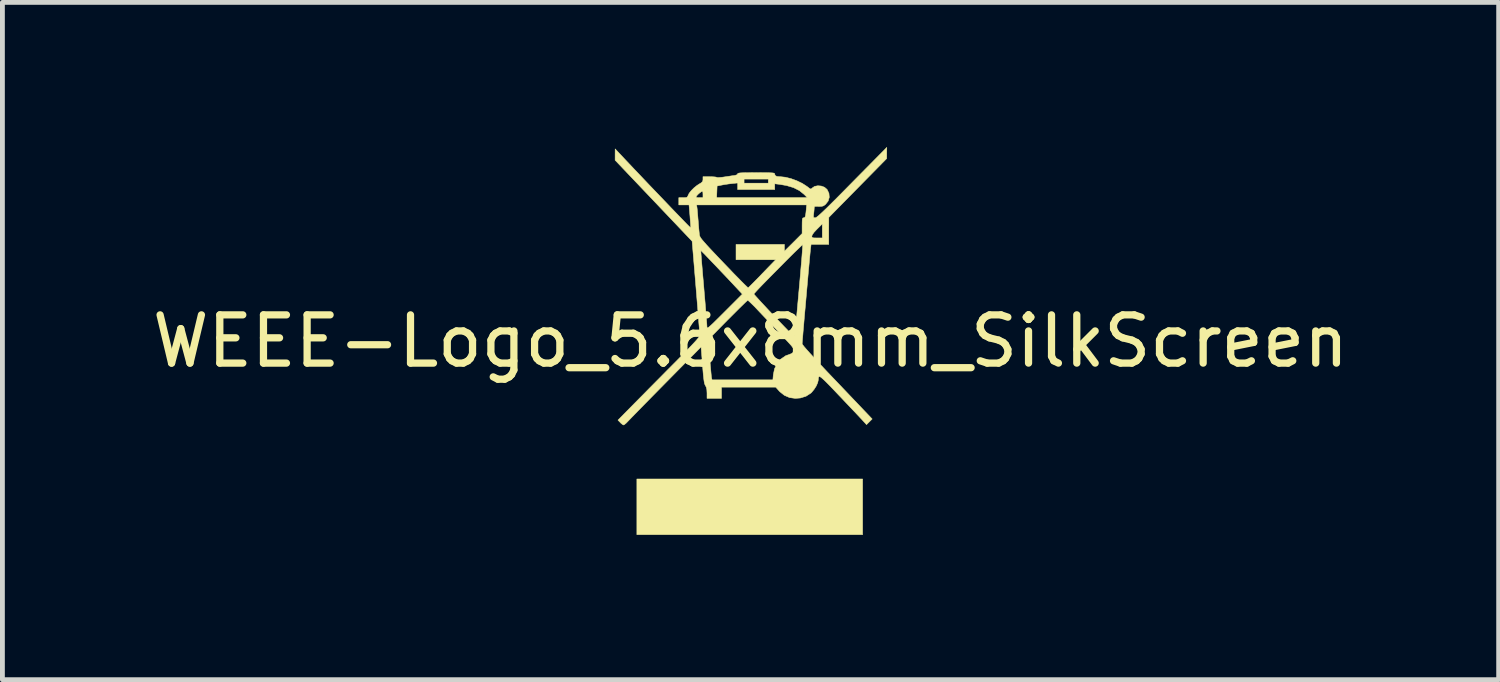
<source format=kicad_pcb>
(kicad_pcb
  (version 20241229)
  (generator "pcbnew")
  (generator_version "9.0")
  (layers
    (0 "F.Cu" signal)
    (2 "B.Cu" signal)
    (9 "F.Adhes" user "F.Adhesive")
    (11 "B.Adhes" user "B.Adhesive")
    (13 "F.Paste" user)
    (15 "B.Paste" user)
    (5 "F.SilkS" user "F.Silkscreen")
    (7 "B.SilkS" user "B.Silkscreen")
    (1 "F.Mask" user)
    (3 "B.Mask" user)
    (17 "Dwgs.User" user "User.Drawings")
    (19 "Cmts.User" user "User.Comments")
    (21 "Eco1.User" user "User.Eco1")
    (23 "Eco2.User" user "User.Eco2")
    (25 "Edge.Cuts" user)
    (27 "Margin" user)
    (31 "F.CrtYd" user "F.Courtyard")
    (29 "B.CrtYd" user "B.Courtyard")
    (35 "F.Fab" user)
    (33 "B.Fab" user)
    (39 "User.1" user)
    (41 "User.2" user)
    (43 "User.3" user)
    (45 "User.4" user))
  (footprint "WEEE-Logo_5.6x8mm_SilkScreen"
    (layer "F.Cu")
    (at 12.506 4.021)
    (property "Reference" "WEEE-Logo_5.6x8mm_SilkScreen" (at 0 0 0) (layer "F.SilkS") (effects (font (size 1 1) (thickness 0.15))))
    (attr exclude_from_pos_files exclude_from_bom allow_missing_courtyard)
    (fp_poly (pts (xy 2.323 4.011) (xy -2.356 4.011) (xy -2.356 2.857) (xy 2.323 2.857) (xy 2.323 4.011)) (stroke (width 0.01) (type solid)) (fill yes) (layer "F.SilkS"))
    (fp_poly (pts (xy 2.823 -3.901) (xy 2.822 -3.785) (xy 2.222 -3.175) (xy 1.622 -2.565) (xy 1.621 -2.285) (xy 1.621 -2.005) (xy 1.255 -2.005) (xy 1.246 -1.934) (xy 1.242 -1.902) (xy 1.236 -1.841) (xy 1.228 -1.755) (xy 1.218 -1.648) (xy 1.207 -1.523) (xy 1.194 -1.384) (xy 1.181 -1.235) (xy 1.167 -1.078) (xy 1.153 -0.919) (xy 1.139 -0.76) (xy 1.125 -0.606) (xy 1.112 -0.459) (xy 1.101 -0.324) (xy 1.09 -0.203) (xy 1.082 -0.101) (xy 1.075 -0.022) (xy 1.071 0.031) (xy 1.07 0.055) (xy 1.07 0.055) (xy 1.08 0.074) (xy 1.111 0.114) (xy 1.163 0.174) (xy 1.236 0.256) (xy 1.331 0.359) (xy 1.448 0.485) (xy 1.587 0.633) (xy 1.75 0.804) (xy 1.796 0.852) (xy 2.521 1.613) (xy 2.463 1.671) (xy 2.404 1.73) (xy 2.309 1.626) (xy 2.274 1.589) (xy 2.22 1.531) (xy 2.15 1.457) (xy 2.067 1.37) (xy 1.976 1.274) (xy 1.88 1.172) (xy 1.822 1.112) (xy 1.714 0.998) (xy 1.626 0.907) (xy 1.557 0.837) (xy 1.504 0.787) (xy 1.466 0.754) (xy 1.439 0.736) (xy 1.421 0.734) (xy 1.412 0.744) (xy 1.407 0.764) (xy 1.405 0.795) (xy 1.405 0.803) (xy 1.392 0.86) (xy 1.362 0.929) (xy 1.318 0.998) (xy 1.269 1.058) (xy 1.25 1.077) (xy 1.149 1.142) (xy 1.032 1.178) (xy 0.928 1.186) (xy 0.81 1.17) (xy 0.701 1.123) (xy 0.605 1.046) (xy 0.587 1.026) (xy 0.522 0.953) (xy -0.602 0.953) (xy -0.602 1.186) (xy -0.902 1.186) (xy -0.902 1.077) (xy -0.906 1.003) (xy -0.919 0.951) (xy -0.934 0.923) (xy -0.945 0.902) (xy -0.955 0.873) (xy -0.963 0.831) (xy -0.971 0.77) (xy -0.98 0.688) (xy -0.989 0.579) (xy -0.995 0.498) (xy -1.025 0.119) (xy -1.746 0.849) (xy -1.876 0.981) (xy -2.001 1.108) (xy -2.119 1.228) (xy -2.227 1.338) (xy -2.322 1.435) (xy -2.404 1.519) (xy -2.468 1.585) (xy -2.514 1.633) (xy -2.539 1.659) (xy -2.579 1.7) (xy -2.613 1.728) (xy -2.631 1.738) (xy -2.654 1.727) (xy -2.688 1.699) (xy -2.699 1.687) (xy -2.748 1.637) (xy -2.481 1.366) (xy -2.413 1.297) (xy -2.325 1.208) (xy -2.221 1.103) (xy -2.106 0.986) (xy -1.982 0.861) (xy -1.854 0.732) (xy -1.726 0.602) (xy -1.633 0.509) (xy -1.493 0.368) (xy -1.376 0.248) (xy -1.279 0.148) (xy -1.201 0.066) (xy -1.142 0.002) (xy -1.112 -0.032) (xy -0.875 -0.032) (xy -0.846 0.348) (xy -0.837 0.459) (xy -0.828 0.56) (xy -0.82 0.647) (xy -0.814 0.714) (xy -0.809 0.755) (xy -0.807 0.765) (xy -0.798 0.802) (xy 0.463 0.802) (xy 0.472 0.697) (xy 0.497 0.573) (xy 0.55 0.464) (xy 0.628 0.372) (xy 0.727 0.303) (xy 0.838 0.262) (xy 0.874 0.242) (xy 0.892 0.2) (xy 0.892 0.199) (xy 0.894 0.181) (xy 0.891 0.163) (xy 0.881 0.141) (xy 0.861 0.112) (xy 0.828 0.073) (xy 0.78 0.02) (xy 0.714 -0.051) (xy 0.628 -0.142) (xy 0.622 -0.148) (xy 0.53 -0.245) (xy 0.431 -0.349) (xy 0.333 -0.452) (xy 0.243 -0.547) (xy 0.167 -0.627) (xy 0.15 -0.645) (xy 0.086 -0.713) (xy 0.028 -0.77) (xy -0.018 -0.814) (xy -0.048 -0.841) (xy -0.059 -0.846) (xy -0.074 -0.834) (xy -0.11 -0.801) (xy -0.163 -0.749) (xy -0.232 -0.682) (xy -0.312 -0.602) (xy -0.402 -0.512) (xy -0.476 -0.438) (xy -0.875 -0.032) (xy -1.112 -0.032) (xy -1.099 -0.047) (xy -1.07 -0.083) (xy -1.056 -0.107) (xy -1.052 -0.118) (xy -1.053 -0.141) (xy -1.057 -0.195) (xy -1.063 -0.277) (xy -1.072 -0.382) (xy -1.082 -0.508) (xy -1.093 -0.651) (xy -1.106 -0.81) (xy -1.12 -0.98) (xy -1.131 -1.115) (xy -1.195 -1.881) (xy -1.031 -1.881) (xy -1.03 -1.864) (xy -1.027 -1.818) (xy -1.021 -1.745) (xy -1.014 -1.648) (xy -1.004 -1.531) (xy -0.993 -1.398) (xy -0.98 -1.25) (xy -0.968 -1.111) (xy -0.955 -0.952) (xy -0.942 -0.803) (xy -0.931 -0.665) (xy -0.921 -0.544) (xy -0.913 -0.443) (xy -0.907 -0.364) (xy -0.904 -0.313) (xy -0.903 -0.293) (xy -0.901 -0.28) (xy -0.895 -0.275) (xy -0.881 -0.28) (xy -0.859 -0.296) (xy -0.824 -0.326) (xy -0.775 -0.372) (xy -0.71 -0.436) (xy -0.626 -0.519) (xy -0.536 -0.609) (xy -0.17 -0.975) (xy -0.172 -0.978) (xy 0.07 -0.978) (xy 0.081 -0.962) (xy 0.112 -0.927) (xy 0.16 -0.874) (xy 0.221 -0.807) (xy 0.293 -0.73) (xy 0.372 -0.645) (xy 0.456 -0.556) (xy 0.541 -0.466) (xy 0.624 -0.379) (xy 0.703 -0.297) (xy 0.773 -0.225) (xy 0.832 -0.164) (xy 0.877 -0.119) (xy 0.905 -0.093) (xy 0.912 -0.088) (xy 0.915 -0.105) (xy 0.92 -0.153) (xy 0.928 -0.228) (xy 0.937 -0.327) (xy 0.949 -0.447) (xy 0.962 -0.586) (xy 0.976 -0.741) (xy 0.991 -0.908) (xy 1.003 -1.042) (xy 1.019 -1.217) (xy 1.033 -1.381) (xy 1.046 -1.533) (xy 1.058 -1.668) (xy 1.067 -1.784) (xy 1.074 -1.878) (xy 1.079 -1.947) (xy 1.081 -1.988) (xy 1.081 -1.999) (xy 1.068 -1.99) (xy 1.035 -1.959) (xy 0.984 -1.91) (xy 0.918 -1.847) (xy 0.841 -1.771) (xy 0.756 -1.686) (xy 0.665 -1.594) (xy 0.571 -1.499) (xy 0.477 -1.404) (xy 0.386 -1.312) (xy 0.301 -1.225) (xy 0.225 -1.147) (xy 0.161 -1.08) (xy 0.112 -1.027) (xy 0.081 -0.992) (xy 0.07 -0.978) (xy -0.172 -0.978) (xy -0.306 -1.121) (xy -0.376 -1.196) (xy -0.454 -1.279) (xy -0.537 -1.367) (xy -0.623 -1.457) (xy -0.708 -1.547) (xy -0.79 -1.632) (xy -0.864 -1.71) (xy -0.928 -1.777) (xy -0.98 -1.83) (xy -1.015 -1.865) (xy -1.03 -1.881) (xy -1.031 -1.881) (xy -1.195 -1.881) (xy -1.211 -2.072) (xy -2.009 -2.912) (xy -2.807 -3.751) (xy -2.807 -3.868) (xy -2.806 -3.985) (xy -2.677 -3.848) (xy -2.605 -3.771) (xy -2.52 -3.681) (xy -2.424 -3.579) (xy -2.32 -3.47) (xy -2.209 -3.353) (xy -2.095 -3.233) (xy -1.979 -3.112) (xy -1.864 -2.992) (xy -1.752 -2.875) (xy -1.645 -2.763) (xy -1.546 -2.66) (xy -1.457 -2.568) (xy -1.38 -2.488) (xy -1.318 -2.424) (xy -1.272 -2.378) (xy -1.246 -2.352) (xy -1.24 -2.347) (xy -1.24 -2.364) (xy -1.242 -2.409) (xy -1.247 -2.475) (xy -1.253 -2.556) (xy -1.255 -2.588) (xy -1.275 -2.824) (xy -1.12 -2.824) (xy -1.112 -2.786) (xy -1.108 -2.757) (xy -1.102 -2.701) (xy -1.096 -2.626) (xy -1.089 -2.539) (xy -1.086 -2.507) (xy -1.079 -2.414) (xy -1.072 -2.328) (xy -1.065 -2.257) (xy -1.06 -2.209) (xy -1.059 -2.2) (xy -1.054 -2.182) (xy -1.045 -2.161) (xy -1.028 -2.134) (xy -1.002 -2.1) (xy -0.964 -2.056) (xy -0.914 -1.999) (xy -0.848 -1.927) (xy -0.764 -1.838) (xy -0.661 -1.729) (xy -0.556 -1.619) (xy -0.451 -1.51) (xy -0.354 -1.408) (xy -0.265 -1.318) (xy -0.189 -1.24) (xy -0.127 -1.178) (xy -0.081 -1.134) (xy -0.055 -1.11) (xy -0.049 -1.106) (xy -0.035 -1.119) (xy 0.000039 -1.153) (xy 0.051 -1.204) (xy 0.115 -1.269) (xy 0.189 -1.344) (xy 0.242 -1.4) (xy 0.521 -1.688) (xy -0.301 -1.688) (xy -0.301 -2.005) (xy 0.702 -2.005) (xy 0.702 -1.864) (xy 0.886 -2.047) (xy 1.016 -2.177) (xy 1.27 -2.177) (xy 1.272 -2.157) (xy 1.285 -2.145) (xy 1.314 -2.14) (xy 1.369 -2.139) (xy 1.379 -2.139) (xy 1.487 -2.139) (xy 1.487 -2.43) (xy 1.379 -2.323) (xy 1.317 -2.257) (xy 1.281 -2.207) (xy 1.27 -2.177) (xy 1.016 -2.177) (xy 1.069 -2.23) (xy 1.069 -2.393) (xy 1.07 -2.469) (xy 1.072 -2.516) (xy 1.078 -2.543) (xy 1.087 -2.554) (xy 1.102 -2.557) (xy 1.118 -2.56) (xy 1.13 -2.574) (xy 1.139 -2.604) (xy 1.147 -2.655) (xy 1.155 -2.733) (xy 1.157 -2.761) (xy 1.163 -2.824) (xy -1.12 -2.824) (xy -1.275 -2.824) (xy -1.487 -2.824) (xy -1.487 -2.974) (xy -1.397 -2.974) (xy -1.344 -2.976) (xy -1.316 -2.983) (xy -1.312 -2.987) (xy -1.128 -2.987) (xy -1.118 -2.978) (xy -1.084 -2.975) (xy -1.062 -2.974) (xy -0.986 -2.974) (xy -0.703 -2.974) (xy 1.177 -2.974) (xy 1.113 -3.04) (xy 1.014 -3.12) (xy 0.892 -3.182) (xy 0.744 -3.226) (xy 0.597 -3.251) (xy 0.501 -3.262) (xy 0.501 -3.142) (xy -0.267 -3.142) (xy -0.267 -3.279) (xy -0.38 -3.267) (xy -0.459 -3.258) (xy -0.543 -3.245) (xy -0.593 -3.236) (xy -0.693 -3.216) (xy -0.698 -3.095) (xy -0.703 -2.974) (xy -0.986 -2.974) (xy -0.986 -3.041) (xy -0.988 -3.083) (xy -0.994 -3.106) (xy -0.996 -3.108) (xy -1.021 -3.097) (xy -1.057 -3.071) (xy -1.093 -3.039) (xy -1.118 -3.01) (xy -1.12 -3.007) (xy -1.128 -2.987) (xy -1.312 -2.987) (xy -1.302 -2.999) (xy -1.296 -3.017) (xy -1.273 -3.064) (xy -1.229 -3.12) (xy -1.172 -3.177) (xy -1.109 -3.228) (xy -1.067 -3.255) (xy -1.019 -3.284) (xy -0.995 -3.309) (xy -0.987 -3.337) (xy -0.986 -3.355) (xy -0.986 -3.359) (xy -0.134 -3.359) (xy -0.134 -3.275) (xy 0.368 -3.275) (xy 0.368 -3.359) (xy -0.134 -3.359) (xy -0.986 -3.359) (xy -0.986 -3.409) (xy -0.845 -3.409) (xy -0.781 -3.407) (xy -0.73 -3.403) (xy -0.702 -3.397) (xy -0.699 -3.395) (xy -0.681 -3.391) (xy -0.638 -3.393) (xy -0.577 -3.399) (xy -0.535 -3.405) (xy -0.459 -3.416) (xy -0.389 -3.427) (xy -0.337 -3.434) (xy -0.322 -3.436) (xy -0.282 -3.449) (xy -0.267 -3.468) (xy -0.263 -3.476) (xy -0.247 -3.482) (xy -0.217 -3.487) (xy -0.168 -3.49) (xy -0.096 -3.491) (xy 0.002 -3.492) (xy 0.117 -3.493) (xy 0.24 -3.492) (xy 0.333 -3.492) (xy 0.402 -3.49) (xy 0.448 -3.488) (xy 0.478 -3.484) (xy 0.494 -3.478) (xy 0.5 -3.47) (xy 0.501 -3.461) (xy 0.512 -3.432) (xy 0.545 -3.415) (xy 0.606 -3.409) (xy 0.617 -3.409) (xy 0.72 -3.398) (xy 0.838 -3.369) (xy 0.958 -3.325) (xy 1.072 -3.27) (xy 1.168 -3.208) (xy 1.18 -3.199) (xy 1.221 -3.167) (xy 1.245 -3.154) (xy 1.261 -3.158) (xy 1.279 -3.175) (xy 1.329 -3.209) (xy 1.395 -3.221) (xy 1.467 -3.215) (xy 1.533 -3.19) (xy 1.583 -3.147) (xy 1.587 -3.143) (xy 1.625 -3.064) (xy 1.632 -2.982) (xy 1.609 -2.905) (xy 1.556 -2.837) (xy 1.55 -2.832) (xy 1.513 -2.805) (xy 1.475 -2.794) (xy 1.422 -2.793) (xy 1.409 -2.793) (xy 1.357 -2.795) (xy 1.331 -2.791) (xy 1.321 -2.778) (xy 1.32 -2.766) (xy 1.318 -2.73) (xy 1.313 -2.676) (xy 1.309 -2.644) (xy 1.304 -2.594) (xy 1.306 -2.568) (xy 1.319 -2.558) (xy 1.341 -2.557) (xy 1.355 -2.561) (xy 1.376 -2.575) (xy 1.408 -2.6) (xy 1.45 -2.638) (xy 1.506 -2.69) (xy 1.576 -2.757) (xy 1.662 -2.842) (xy 1.767 -2.946) (xy 1.89 -3.07) (xy 2.034 -3.216) (xy 2.104 -3.287) (xy 2.824 -4.016) (xy 2.823 -3.901)) (stroke (width 0.01) (type solid)) (fill yes) (layer "F.SilkS")))
  (gr_rect
    (start -3 -3)
    (end 28.012 11.037)
    (stroke (width 0.1) (type default))
    (fill no)
    (layer "Edge.Cuts")))
</source>
